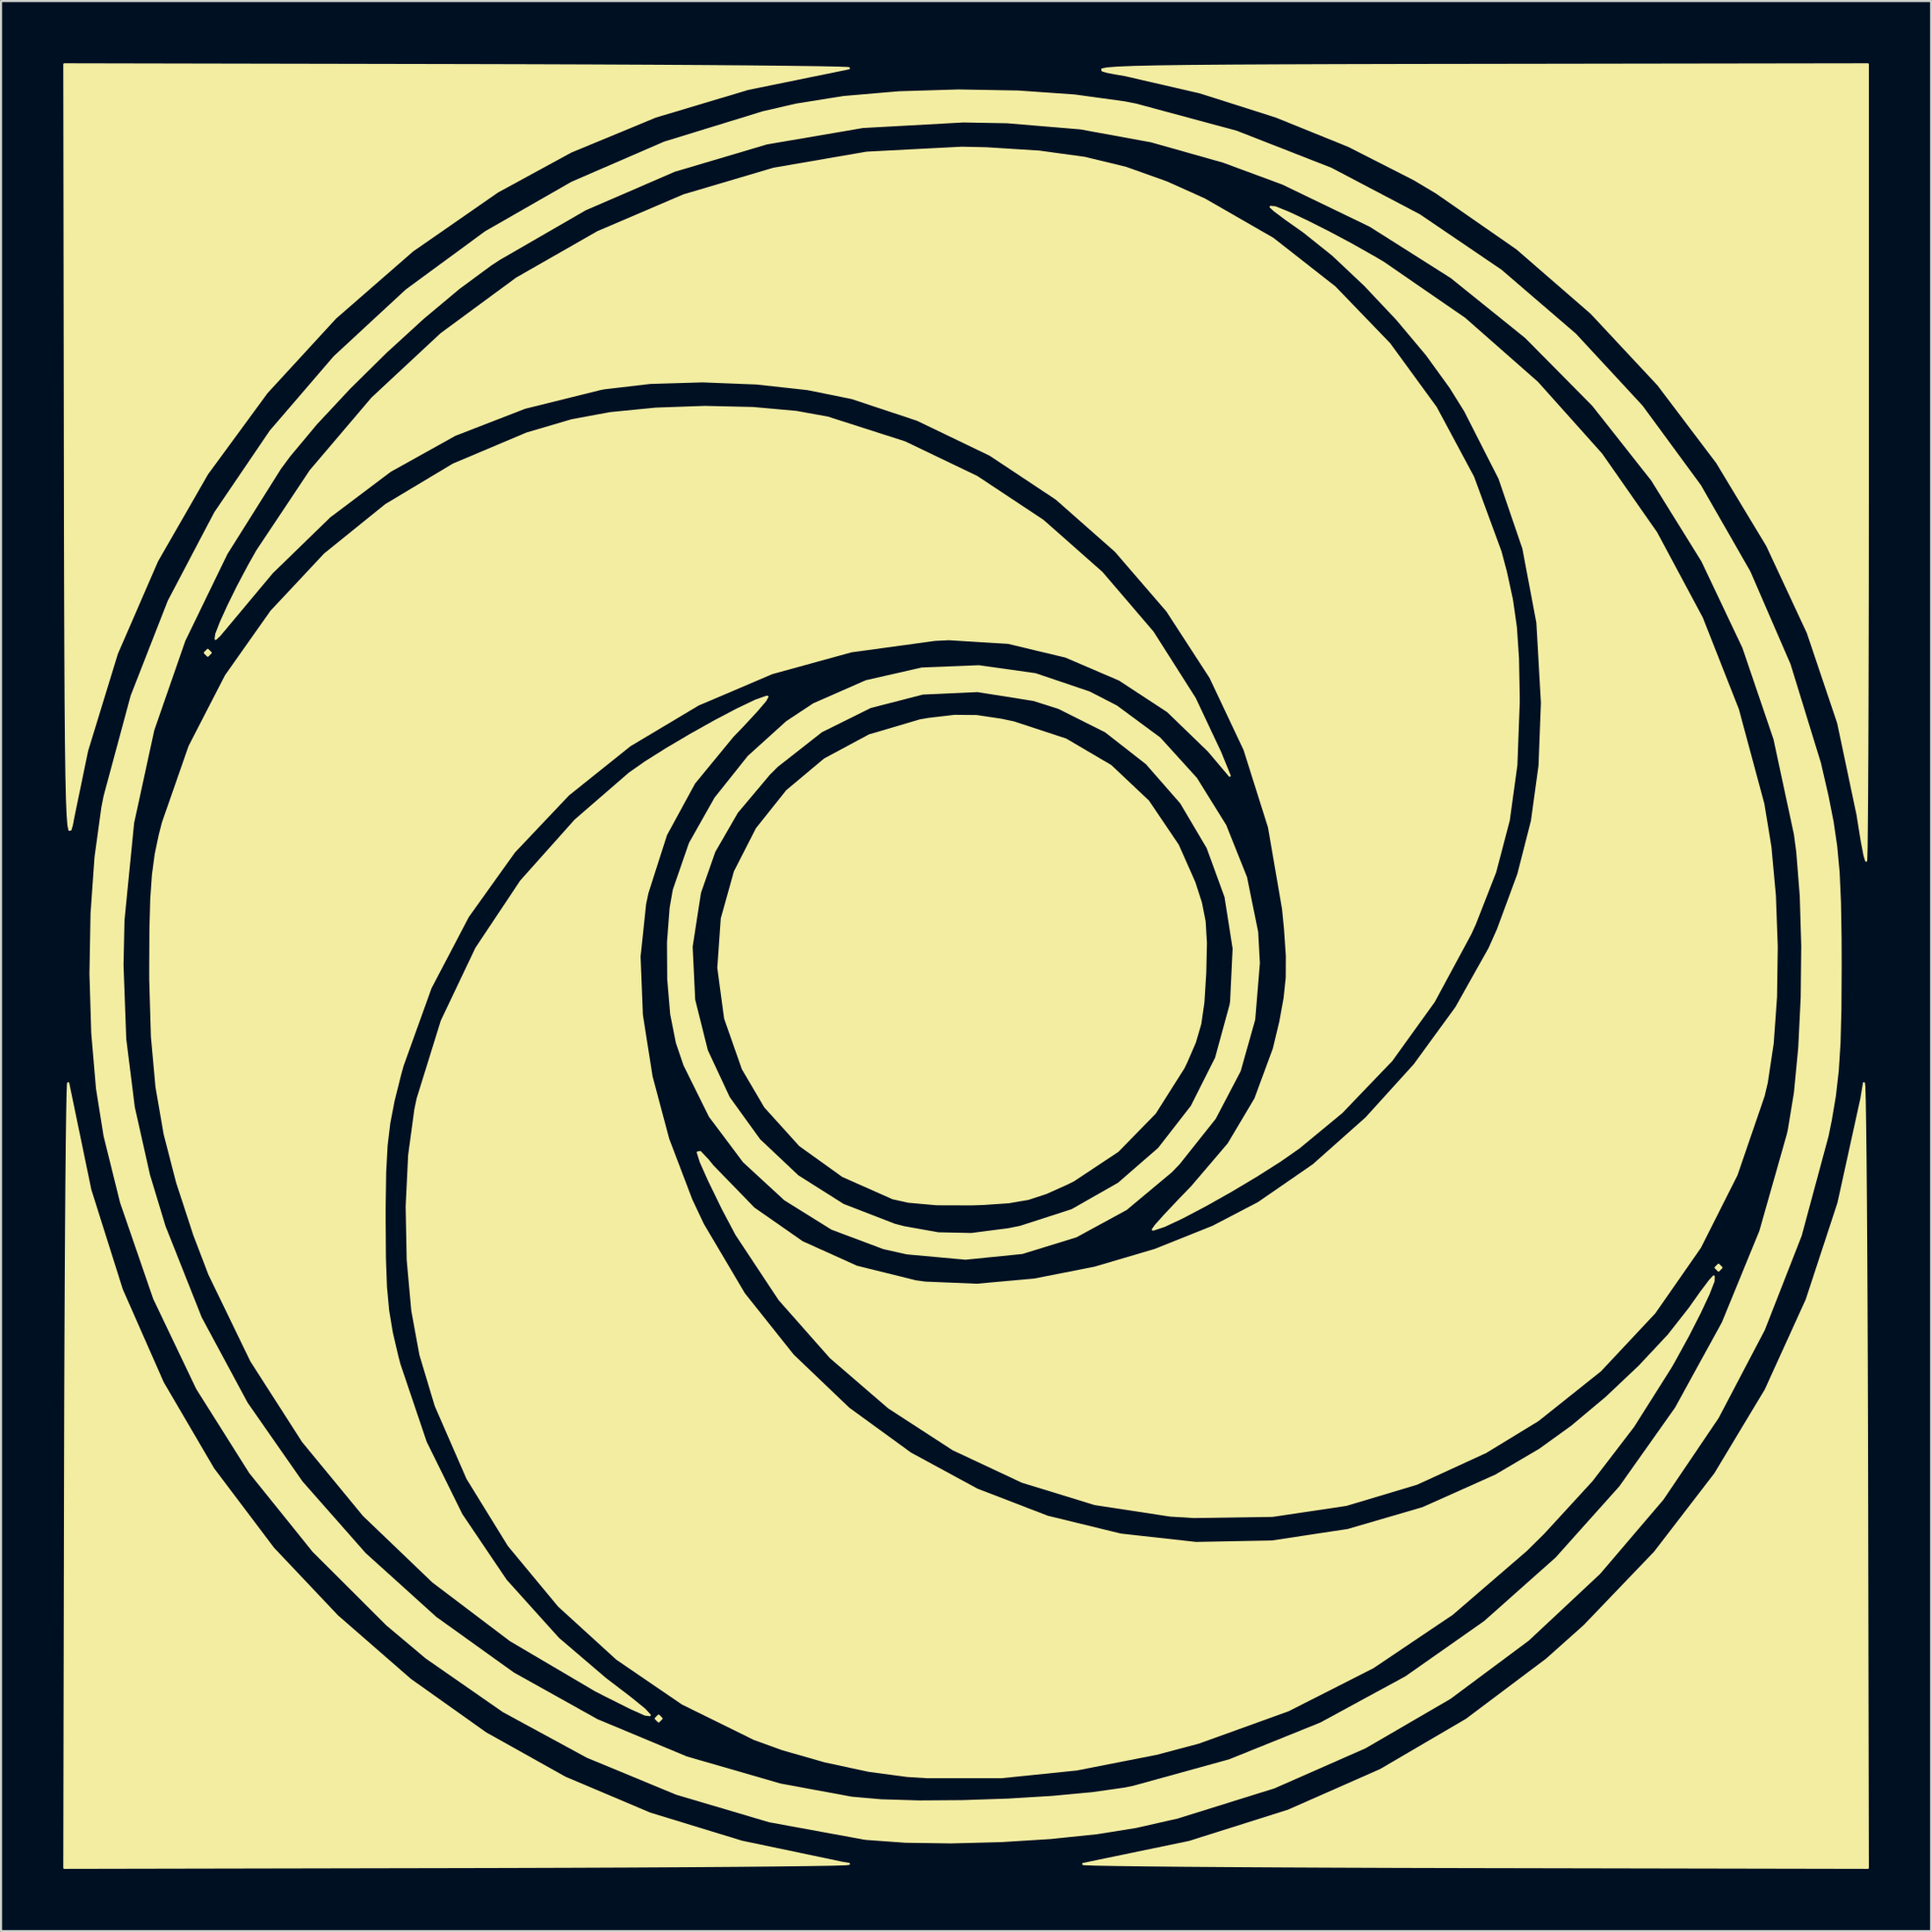
<source format=kicad_pcb>
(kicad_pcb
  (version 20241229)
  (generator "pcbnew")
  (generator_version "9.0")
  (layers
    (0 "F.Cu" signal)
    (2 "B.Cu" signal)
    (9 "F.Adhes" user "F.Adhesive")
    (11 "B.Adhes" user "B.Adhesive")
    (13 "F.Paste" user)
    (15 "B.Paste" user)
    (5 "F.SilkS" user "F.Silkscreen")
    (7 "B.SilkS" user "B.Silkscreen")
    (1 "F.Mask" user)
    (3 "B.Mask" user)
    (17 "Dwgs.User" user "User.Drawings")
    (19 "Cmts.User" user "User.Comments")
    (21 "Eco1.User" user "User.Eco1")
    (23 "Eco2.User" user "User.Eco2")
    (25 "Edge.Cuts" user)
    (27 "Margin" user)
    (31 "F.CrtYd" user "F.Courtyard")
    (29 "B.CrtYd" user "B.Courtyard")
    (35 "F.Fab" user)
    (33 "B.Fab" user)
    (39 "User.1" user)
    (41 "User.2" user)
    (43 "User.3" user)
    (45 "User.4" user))
  (footprint "Rotator"
    (layer "F.Cu")
    (at 43.512 43.512)
    (property "Reference" "Rotator" (at 0 0 0) (layer "F.SilkS") (effects (font (size 1.524 1.524) (thickness 0.3))))
    (attr through_hole)
    (fp_poly (pts (xy -36.407 -15.099) (xy -36.548 -14.958) (xy -36.689 -15.099) (xy -36.548 -15.24) (xy -36.407 -15.099)) (stroke (width 0.1) (type solid)) (fill yes) (layer "F.SilkS"))
    (fp_poly (pts (xy -14.676 36.266) (xy -14.817 36.407) (xy -14.958 36.266) (xy -14.817 36.124) (xy -14.676 36.266)) (stroke (width 0.1) (type solid)) (fill yes) (layer "F.SilkS"))
    (fp_poly (pts (xy 36.407 14.534) (xy 36.266 14.676) (xy 36.124 14.534) (xy 36.266 14.393) (xy 36.407 14.534)) (stroke (width 0.1) (type solid)) (fill yes) (layer "F.SilkS"))
    (fp_poly (pts (xy -5.644 43.27) (xy -5.799 43.29) (xy -6.474 43.31) (xy -7.626 43.329) (xy -9.213 43.348) (xy -11.189 43.366) (xy -13.513 43.382) (xy -16.139 43.397) (xy -19.026 43.409) (xy -22.129 43.419) (xy -24.201 43.424) (xy -43.462 43.462) (xy -43.424 24.201) (xy -43.416 20.983) (xy -43.405 17.953) (xy -43.392 15.156) (xy -43.377 12.634) (xy -43.361 10.431) (xy -43.343 8.591) (xy -43.324 7.156) (xy -43.305 6.172) (xy -43.286 5.68) (xy -43.274 5.644) (xy -42.207 10.791) (xy -40.688 15.602) (xy -38.714 20.081) (xy -36.283 24.234) (xy -33.393 28.065) (xy -30.306 31.329) (xy -26.792 34.391) (xy -23.155 36.975) (xy -19.327 39.116) (xy -15.238 40.847) (xy -10.819 42.2) (xy -6.001 43.211) (xy -5.644 43.27)) (stroke (width 0.1) (type solid)) (fill yes) (layer "F.SilkS"))
    (fp_poly (pts (xy 43.462 43.462) (xy 24.201 43.424) (xy 20.983 43.416) (xy 17.953 43.405) (xy 15.156 43.392) (xy 12.634 43.377) (xy 10.431 43.361) (xy 8.591 43.343) (xy 7.156 43.324) (xy 6.172 43.305) (xy 5.68 43.286) (xy 5.644 43.274) (xy 10.753 42.215) (xy 15.526 40.708) (xy 19.978 38.745) (xy 24.124 36.318) (xy 27.981 33.421) (xy 29.795 31.804) (xy 33.193 28.26) (xy 36.102 24.478) (xy 38.538 20.43) (xy 40.514 16.087) (xy 42.046 11.42) (xy 43.149 6.401) (xy 43.274 5.644) (xy 43.293 5.799) (xy 43.312 6.474) (xy 43.331 7.626) (xy 43.35 9.213) (xy 43.367 11.189) (xy 43.383 13.513) (xy 43.397 16.139) (xy 43.409 19.026) (xy 43.419 22.129) (xy 43.424 24.201) (xy 43.462 43.462)) (stroke (width 0.1) (type solid)) (fill yes) (layer "F.SilkS"))
    (fp_poly (pts (xy -5.644 -43.27) (xy -10.518 -42.274) (xy -14.972 -40.94) (xy -19.048 -39.253) (xy -22.578 -37.33) (xy -26.681 -34.482) (xy -30.397 -31.244) (xy -33.702 -27.649) (xy -36.574 -23.732) (xy -38.991 -19.525) (xy -40.928 -15.063) (xy -42.364 -10.379) (xy -43.023 -7.197) (xy -43.098 -6.8) (xy -43.162 -6.579) (xy -43.218 -6.566) (xy -43.264 -6.795) (xy -43.304 -7.298) (xy -43.336 -8.109) (xy -43.362 -9.26) (xy -43.383 -10.786) (xy -43.399 -12.718) (xy -43.411 -15.09) (xy -43.421 -17.936) (xy -43.429 -21.287) (xy -43.433 -24.201) (xy -43.462 -43.462) (xy -24.201 -43.424) (xy -20.983 -43.416) (xy -17.953 -43.405) (xy -15.156 -43.392) (xy -12.634 -43.377) (xy -10.431 -43.36) (xy -8.591 -43.341) (xy -7.156 -43.322) (xy -6.172 -43.303) (xy -5.68 -43.283) (xy -5.644 -43.27)) (stroke (width 0.1) (type solid)) (fill yes) (layer "F.SilkS"))
    (fp_poly (pts (xy 43.462 -24.271) (xy 43.461 -21.037) (xy 43.458 -17.973) (xy 43.452 -15.127) (xy 43.445 -12.544) (xy 43.436 -10.269) (xy 43.425 -8.349) (xy 43.413 -6.829) (xy 43.401 -5.755) (xy 43.387 -5.174) (xy 43.379 -5.08) (xy 43.301 -5.337) (xy 43.171 -6.02) (xy 43.013 -6.994) (xy 42.971 -7.267) (xy 42.033 -11.717) (xy 40.568 -16.068) (xy 38.61 -20.269) (xy 36.194 -24.272) (xy 33.356 -28.025) (xy 30.131 -31.478) (xy 26.553 -34.583) (xy 22.658 -37.287) (xy 21.59 -37.923) (xy 18.438 -39.528) (xy 14.935 -40.946) (xy 11.282 -42.107) (xy 7.682 -42.938) (xy 7.197 -43.023) (xy 6.8 -43.098) (xy 6.579 -43.162) (xy 6.566 -43.218) (xy 6.795 -43.264) (xy 7.298 -43.304) (xy 8.109 -43.336) (xy 9.26 -43.362) (xy 10.786 -43.383) (xy 12.718 -43.399) (xy 15.09 -43.411) (xy 17.936 -43.421) (xy 21.287 -43.429) (xy 24.201 -43.433) (xy 43.462 -43.462) (xy 43.462 -24.271)) (stroke (width 0.1) (type solid)) (fill yes) (layer "F.SilkS"))
    (fp_poly (pts (xy 11.558 -1.109) (xy 11.528 0.265) (xy 11.523 0.371) (xy 11.437 1.752) (xy 11.288 2.783) (xy 11.026 3.679) (xy 10.602 4.654) (xy 10.48 4.905) (xy 9.103 7.081) (xy 7.31 8.915) (xy 5.178 10.33) (xy 4.87 10.483) (xy 3.86 10.937) (xy 2.991 11.222) (xy 2.054 11.382) (xy 0.838 11.464) (xy 0.282 11.483) (xy -1.415 11.478) (xy -2.781 11.357) (xy -3.528 11.191) (xy -5.942 10.12) (xy -8.01 8.637) (xy -9.685 6.782) (xy -10.76 4.952) (xy -11.614 2.518) (xy -11.941 0.083) (xy -11.773 -2.293) (xy -11.143 -4.547) (xy -10.085 -6.618) (xy -8.63 -8.445) (xy -6.811 -9.966) (xy -4.662 -11.119) (xy -2.215 -11.842) (xy -1.787 -11.915) (xy -0.555 -12.06) (xy 0.509 -12.05) (xy 1.697 -11.871) (xy 2.303 -11.743) (xy 4.805 -10.92) (xy 6.969 -9.649) (xy 8.775 -7.946) (xy 10.207 -5.826) (xy 11.002 -4.032) (xy 11.32 -3.049) (xy 11.497 -2.144) (xy 11.558 -1.109)) (stroke (width 0.1) (type solid)) (fill yes) (layer "F.SilkS"))
    (fp_poly (pts (xy 14.111 -0.141) (xy 13.885 2.58) (xy 13.187 5.05) (xy 12.897 5.604) (xy 12.897 -0.845) (xy 12.504 -3.34) (xy 11.642 -5.706) (xy 10.36 -7.872) (xy 8.704 -9.765) (xy 6.721 -11.313) (xy 4.459 -12.445) (xy 3.257 -12.826) (xy 0.552 -13.255) (xy -2.091 -13.135) (xy -4.618 -12.483) (xy -6.974 -11.314) (xy -9.104 -9.643) (xy -9.49 -9.259) (xy -11.041 -7.414) (xy -12.131 -5.527) (xy -12.826 -3.539) (xy -13.229 -0.935) (xy -13.106 1.621) (xy -12.495 4.068) (xy -11.434 6.342) (xy -9.961 8.382) (xy -8.114 10.124) (xy -5.931 11.506) (xy -3.451 12.466) (xy -3.006 12.582) (xy -1.342 12.881) (xy 0.256 12.915) (xy 2.035 12.684) (xy 2.619 12.567) (xy 5.107 11.762) (xy 7.351 10.485) (xy 9.294 8.797) (xy 10.878 6.758) (xy 12.049 4.43) (xy 12.748 1.872) (xy 12.775 1.707) (xy 12.897 -0.845) (xy 12.897 5.604) (xy 11.989 7.336) (xy 10.262 9.508) (xy 9.882 9.903) (xy 7.715 11.712) (xy 5.307 13.024) (xy 2.709 13.826) (xy -0.029 14.103) (xy -2.857 13.844) (xy -3.974 13.594) (xy -6.464 12.66) (xy -8.732 11.248) (xy -10.715 9.419) (xy -12.349 7.239) (xy -13.572 4.768) (xy -13.939 3.688) (xy -14.21 2.324) (xy -14.354 0.635) (xy -14.365 -1.149) (xy -14.238 -2.803) (xy -14.087 -3.669) (xy -13.312 -5.911) (xy -12.078 -8.096) (xy -10.485 -10.093) (xy -8.635 -11.767) (xy -7.338 -12.622) (xy -4.819 -13.729) (xy -2.135 -14.339) (xy 0.617 -14.451) (xy 3.342 -14.067) (xy 5.942 -13.187) (xy 7.247 -12.514) (xy 9.323 -10.982) (xy 11.088 -9.038) (xy 12.495 -6.772) (xy 13.492 -4.276) (xy 14.029 -1.638) (xy 14.111 -0.141)) (stroke (width 0.1) (type solid)) (fill yes) (layer "F.SilkS"))
    (fp_poly (pts (xy 12.706 -9.172) (xy 11.687 -10.378) (xy 9.72 -12.28) (xy 7.393 -13.805) (xy 4.798 -14.917) (xy 2.025 -15.58) (xy -0.834 -15.755) (xy -1.501 -15.722) (xy -5.53 -15.171) (xy -9.346 -14.121) (xy -12.914 -12.601) (xy -16.199 -10.64) (xy -19.166 -8.267) (xy -21.78 -5.508) (xy -24.006 -2.394) (xy -25.809 1.047) (xy -27.155 4.787) (xy -27.292 5.285) (xy -27.593 6.493) (xy -27.8 7.561) (xy -27.93 8.651) (xy -27.999 9.923) (xy -28.024 11.538) (xy -28.025 12.277) (xy -28.012 14.072) (xy -27.961 15.462) (xy -27.855 16.606) (xy -27.679 17.664) (xy -27.416 18.793) (xy -27.311 19.194) (xy -26.042 22.95) (xy -24.32 26.44) (xy -22.179 29.612) (xy -19.654 32.415) (xy -17.375 34.36) (xy -16.206 35.252) (xy -15.494 35.83) (xy -15.246 36.102) (xy -15.469 36.076) (xy -16.171 35.761) (xy -17.36 35.166) (xy -17.856 34.912) (xy -21.953 32.499) (xy -25.687 29.674) (xy -29.033 26.467) (xy -31.963 22.909) (xy -34.451 19.029) (xy -36.47 14.859) (xy -37.194 12.966) (xy -38.027 10.419) (xy -38.625 8.1) (xy -39.019 5.823) (xy -39.239 3.398) (xy -39.319 0.638) (xy -39.32 0.141) (xy -39.31 -1.768) (xy -39.27 -3.24) (xy -39.189 -4.405) (xy -39.056 -5.391) (xy -38.86 -6.326) (xy -38.708 -6.914) (xy -37.427 -10.589) (xy -35.672 -13.996) (xy -33.484 -17.097) (xy -30.902 -19.853) (xy -27.964 -22.225) (xy -24.71 -24.175) (xy -21.18 -25.665) (xy -19.015 -26.304) (xy -17.144 -26.651) (xy -14.943 -26.867) (xy -12.593 -26.95) (xy -10.275 -26.897) (xy -8.169 -26.707) (xy -6.671 -26.435) (xy -2.948 -25.241) (xy 0.523 -23.574) (xy 3.699 -21.469) (xy 6.536 -18.964) (xy 8.993 -16.095) (xy 11.025 -12.898) (xy 12.248 -10.301) (xy 12.706 -9.172)) (stroke (width 0.1) (type solid)) (fill yes) (layer "F.SilkS"))
    (fp_poly (pts (xy 39.071 -0.938) (xy 39.036 1.485) (xy 38.876 3.722) (xy 38.59 5.62) (xy 38.441 6.25) (xy 37.134 10.06) (xy 35.375 13.553) (xy 33.181 16.704) (xy 30.57 19.491) (xy 27.563 21.888) (xy 25.045 23.424) (xy 21.726 24.949) (xy 18.327 25.968) (xy 14.77 26.498) (xy 10.979 26.553) (xy 9.839 26.484) (xy 6.21 25.93) (xy 2.705 24.854) (xy -0.623 23.292) (xy -3.719 21.282) (xy -6.528 18.862) (xy -8.996 16.07) (xy -11.066 12.942) (xy -11.72 11.71) (xy -12.388 10.335) (xy -12.79 9.433) (xy -12.931 8.983) (xy -12.814 8.963) (xy -12.446 9.351) (xy -12.206 9.646) (xy -10.235 11.676) (xy -7.903 13.303) (xy -5.28 14.488) (xy -2.433 15.193) (xy -1.969 15.258) (xy 0.523 15.36) (xy 3.292 15.109) (xy 6.201 14.537) (xy 9.116 13.677) (xy 11.901 12.561) (xy 14.089 11.421) (xy 16.742 9.59) (xy 19.285 7.331) (xy 21.615 4.761) (xy 23.628 1.998) (xy 25.221 -0.838) (xy 25.634 -1.763) (xy 26.62 -4.437) (xy 27.275 -7.002) (xy 27.64 -9.667) (xy 27.754 -12.644) (xy 27.755 -12.7) (xy 27.535 -16.556) (xy 26.86 -20.131) (xy 25.707 -23.506) (xy 24.05 -26.764) (xy 23.354 -27.881) (xy 22.197 -29.48) (xy 20.774 -31.174) (xy 19.223 -32.82) (xy 17.678 -34.276) (xy 16.274 -35.399) (xy 16.181 -35.464) (xy 15.411 -36.007) (xy 14.868 -36.414) (xy 14.676 -36.591) (xy 14.904 -36.569) (xy 15.517 -36.323) (xy 16.41 -35.905) (xy 17.477 -35.367) (xy 18.61 -34.762) (xy 19.704 -34.143) (xy 20.129 -33.89) (xy 24.03 -31.201) (xy 27.529 -28.122) (xy 30.612 -24.676) (xy 33.262 -20.886) (xy 35.464 -16.774) (xy 37.2 -12.363) (xy 38.426 -7.814) (xy 38.766 -5.74) (xy 38.981 -3.397) (xy 39.071 -0.938)) (stroke (width 0.1) (type solid)) (fill yes) (layer "F.SilkS"))
    (fp_poly (pts (xy 36.034 14.958) (xy 36.026 15.186) (xy 35.784 15.807) (xy 35.356 16.721) (xy 34.788 17.83) (xy 34.127 19.035) (xy 33.957 19.332) (xy 32.159 22.179) (xy 30.16 24.788) (xy 27.816 27.341) (xy 26.998 28.149) (xy 23.43 31.225) (xy 19.609 33.797) (xy 15.536 35.865) (xy 11.21 37.427) (xy 9.189 37.964) (xy 5.328 38.722) (xy 1.695 39.094) (xy -1.877 39.094) (xy -2.822 39.035) (xy -4.689 38.786) (xy -6.788 38.335) (xy -8.853 37.744) (xy -10.207 37.253) (xy -13.671 35.547) (xy -16.824 33.393) (xy -19.628 30.836) (xy -22.045 27.92) (xy -24.035 24.691) (xy -25.561 21.191) (xy -26.299 18.733) (xy -26.69 16.605) (xy -26.911 14.16) (xy -26.962 11.597) (xy -26.841 9.116) (xy -26.544 6.917) (xy -26.43 6.381) (xy -25.269 2.642) (xy -23.604 -0.858) (xy -21.452 -4.089) (xy -18.835 -7.022) (xy -16.229 -9.28) (xy -15.454 -9.823) (xy -14.425 -10.471) (xy -13.261 -11.158) (xy -12.08 -11.819) (xy -11 -12.386) (xy -10.141 -12.794) (xy -9.62 -12.978) (xy -9.574 -12.982) (xy -9.675 -12.797) (xy -10.099 -12.3) (xy -10.771 -11.576) (xy -11.255 -11.074) (xy -13.104 -8.823) (xy -14.461 -6.33) (xy -15.356 -3.536) (xy -15.471 -2.993) (xy -15.738 -0.46) (xy -15.627 2.352) (xy -15.159 5.324) (xy -14.356 8.337) (xy -13.239 11.272) (xy -12.683 12.449) (xy -10.704 15.794) (xy -8.345 18.758) (xy -5.655 21.328) (xy -2.681 23.49) (xy 0.527 25.231) (xy 3.922 26.539) (xy 7.455 27.401) (xy 11.079 27.804) (xy 14.746 27.734) (xy 18.406 27.179) (xy 22.013 26.126) (xy 25.517 24.561) (xy 27.646 23.31) (xy 29.204 22.187) (xy 30.856 20.802) (xy 32.454 19.293) (xy 33.852 17.799) (xy 34.873 16.501) (xy 35.425 15.72) (xy 35.843 15.165) (xy 36.034 14.958)) (stroke (width 0.1) (type solid)) (fill yes) (layer "F.SilkS"))
    (fp_poly (pts (xy 26.635 -12.7) (xy 26.522 -9.695) (xy 26.157 -7.033) (xy 25.503 -4.539) (xy 24.523 -2.032) (xy 24.304 -1.553) (xy 22.545 1.708) (xy 20.506 4.541) (xy 18.106 7.043) (xy 16.046 8.746) (xy 15.14 9.379) (xy 14.014 10.095) (xy 12.781 10.831) (xy 11.553 11.523) (xy 10.445 12.107) (xy 9.569 12.52) (xy 9.038 12.697) (xy 9.001 12.7) (xy 9.129 12.514) (xy 9.579 12.011) (xy 10.272 11.276) (xy 10.875 10.654) (xy 12.65 8.573) (xy 13.943 6.398) (xy 14.835 3.98) (xy 15.146 2.681) (xy 15.352 1.549) (xy 15.456 0.557) (xy 15.461 -0.488) (xy 15.373 -1.782) (xy 15.279 -2.749) (xy 14.6 -6.693) (xy 13.422 -10.428) (xy 11.775 -13.916) (xy 9.694 -17.12) (xy 7.209 -20.001) (xy 4.353 -22.521) (xy 1.158 -24.642) (xy -2.344 -26.327) (xy -5.503 -27.377) (xy -7.64 -27.809) (xy -10.11 -28.08) (xy -12.706 -28.182) (xy -15.218 -28.107) (xy -17.438 -27.847) (xy -17.603 -27.817) (xy -21.27 -26.907) (xy -24.636 -25.601) (xy -27.752 -23.866) (xy -30.671 -21.669) (xy -33.445 -18.974) (xy -35.978 -15.946) (xy -36.17 -15.767) (xy -36.139 -16.001) (xy -35.924 -16.558) (xy -35.565 -17.351) (xy -35.102 -18.291) (xy -34.572 -19.291) (xy -34.168 -20.006) (xy -31.592 -23.873) (xy -28.621 -27.367) (xy -25.296 -30.464) (xy -21.657 -33.142) (xy -17.746 -35.377) (xy -13.604 -37.148) (xy -9.272 -38.43) (xy -4.791 -39.203) (xy -0.203 -39.442) (xy 0.988 -39.415) (xy 3.543 -39.253) (xy 5.722 -38.953) (xy 7.704 -38.472) (xy 9.669 -37.77) (xy 11.482 -36.956) (xy 14.78 -35.061) (xy 17.767 -32.721) (xy 20.401 -29.99) (xy 22.64 -26.921) (xy 24.439 -23.566) (xy 25.756 -19.979) (xy 26.014 -19.015) (xy 26.308 -17.663) (xy 26.498 -16.33) (xy 26.6 -14.828) (xy 26.635 -12.974) (xy 26.635 -12.7)) (stroke (width 0.1) (type solid)) (fill yes) (layer "F.SilkS"))
    (fp_poly (pts (xy 42.151 0) (xy 42.139 2.066) (xy 42.096 3.706) (xy 42.01 5.057) (xy 41.873 6.256) (xy 41.672 7.442) (xy 41.521 8.184) (xy 40.303 12.699) (xy 40.303 -0.983) (xy 40.231 -3.378) (xy 40.06 -5.516) (xy 39.949 -6.352) (xy 38.962 -10.949) (xy 37.464 -15.353) (xy 35.485 -19.528) (xy 33.057 -23.437) (xy 30.211 -27.043) (xy 26.977 -30.31) (xy 23.387 -33.201) (xy 19.471 -35.681) (xy 15.26 -37.713) (xy 12.398 -38.77) (xy 8.926 -39.751) (xy 5.529 -40.373) (xy 1.982 -40.671) (xy -0.141 -40.709) (xy -4.98 -40.441) (xy -9.612 -39.649) (xy -14.063 -38.328) (xy -18.356 -36.47) (xy -22.516 -34.067) (xy -22.907 -33.809) (xy -24.446 -32.676) (xy -26.177 -31.227) (xy -27.98 -29.578) (xy -29.734 -27.846) (xy -31.318 -26.148) (xy -32.612 -24.6) (xy -33.063 -23.989) (xy -35.646 -19.879) (xy -37.678 -15.688) (xy -39.175 -11.375) (xy -40.148 -6.896) (xy -40.612 -2.21) (xy -40.659 -0.052) (xy -40.527 3.513) (xy -40.114 6.808) (xy -39.381 10.075) (xy -38.631 12.551) (xy -36.885 16.953) (xy -34.671 21.068) (xy -32.023 24.867) (xy -28.977 28.323) (xy -25.565 31.406) (xy -21.823 34.089) (xy -17.784 36.343) (xy -13.483 38.138) (xy -8.954 39.448) (xy -5.523 40.081) (xy -4.097 40.208) (xy -2.264 40.263) (xy -0.178 40.249) (xy 2.009 40.175) (xy 4.145 40.045) (xy 6.077 39.865) (xy 7.653 39.641) (xy 8.043 39.563) (xy 12.698 38.278) (xy 17.094 36.505) (xy 21.202 34.273) (xy 24.996 31.61) (xy 28.448 28.542) (xy 31.53 25.098) (xy 34.214 21.305) (xy 36.473 17.191) (xy 38.28 12.783) (xy 39.607 8.11) (xy 39.653 7.902) (xy 39.949 6.111) (xy 40.158 3.924) (xy 40.277 1.505) (xy 40.303 -0.983) (xy 40.303 12.699) (xy 40.225 12.987) (xy 38.45 17.523) (xy 36.223 21.766) (xy 33.57 25.689) (xy 30.518 29.266) (xy 27.092 32.471) (xy 23.321 35.277) (xy 19.229 37.657) (xy 14.844 39.586) (xy 10.192 41.037) (xy 8.184 41.493) (xy 6.302 41.794) (xy 4.072 42.024) (xy 1.672 42.174) (xy -0.721 42.236) (xy -2.93 42.204) (xy -4.778 42.069) (xy -4.908 42.054) (xy -9.481 41.216) (xy -13.958 39.89) (xy -18.259 38.11) (xy -22.304 35.912) (xy -26.013 33.333) (xy -27.904 31.744) (xy -31.461 28.195) (xy -34.51 24.406) (xy -37.062 20.356) (xy -39.13 16.025) (xy -40.726 11.392) (xy -41.521 8.184) (xy -41.887 5.892) (xy -42.114 3.227) (xy -42.201 0.365) (xy -42.149 -2.519) (xy -41.957 -5.25) (xy -41.626 -7.653) (xy -41.521 -8.184) (xy -40.215 -13.026) (xy -38.43 -17.589) (xy -36.19 -21.849) (xy -33.519 -25.781) (xy -30.44 -29.362) (xy -26.978 -32.567) (xy -23.156 -35.373) (xy -19 -37.755) (xy -14.533 -39.69) (xy -9.778 -41.153) (xy -8.184 -41.521) (xy -5.892 -41.887) (xy -3.227 -42.114) (xy -0.365 -42.201) (xy 2.519 -42.149) (xy 5.25 -41.957) (xy 7.653 -41.626) (xy 8.184 -41.521) (xy 13.026 -40.215) (xy 17.589 -38.43) (xy 21.849 -36.19) (xy 25.781 -33.519) (xy 29.362 -30.44) (xy 32.567 -26.978) (xy 35.373 -23.156) (xy 37.755 -19) (xy 39.69 -14.533) (xy 41.153 -9.778) (xy 41.521 -8.184) (xy 41.764 -6.944) (xy 41.937 -5.769) (xy 42.052 -4.524) (xy 42.118 -3.07) (xy 42.147 -1.27) (xy 42.151 0)) (stroke (width 0.1) (type solid)) (fill yes) (layer "F.SilkS")))
  (gr_rect
    (start -3 -3)
    (end 90.024 90.024)
    (stroke (width 0.1) (type default))
    (fill no)
    (layer "Edge.Cuts")))
</source>
